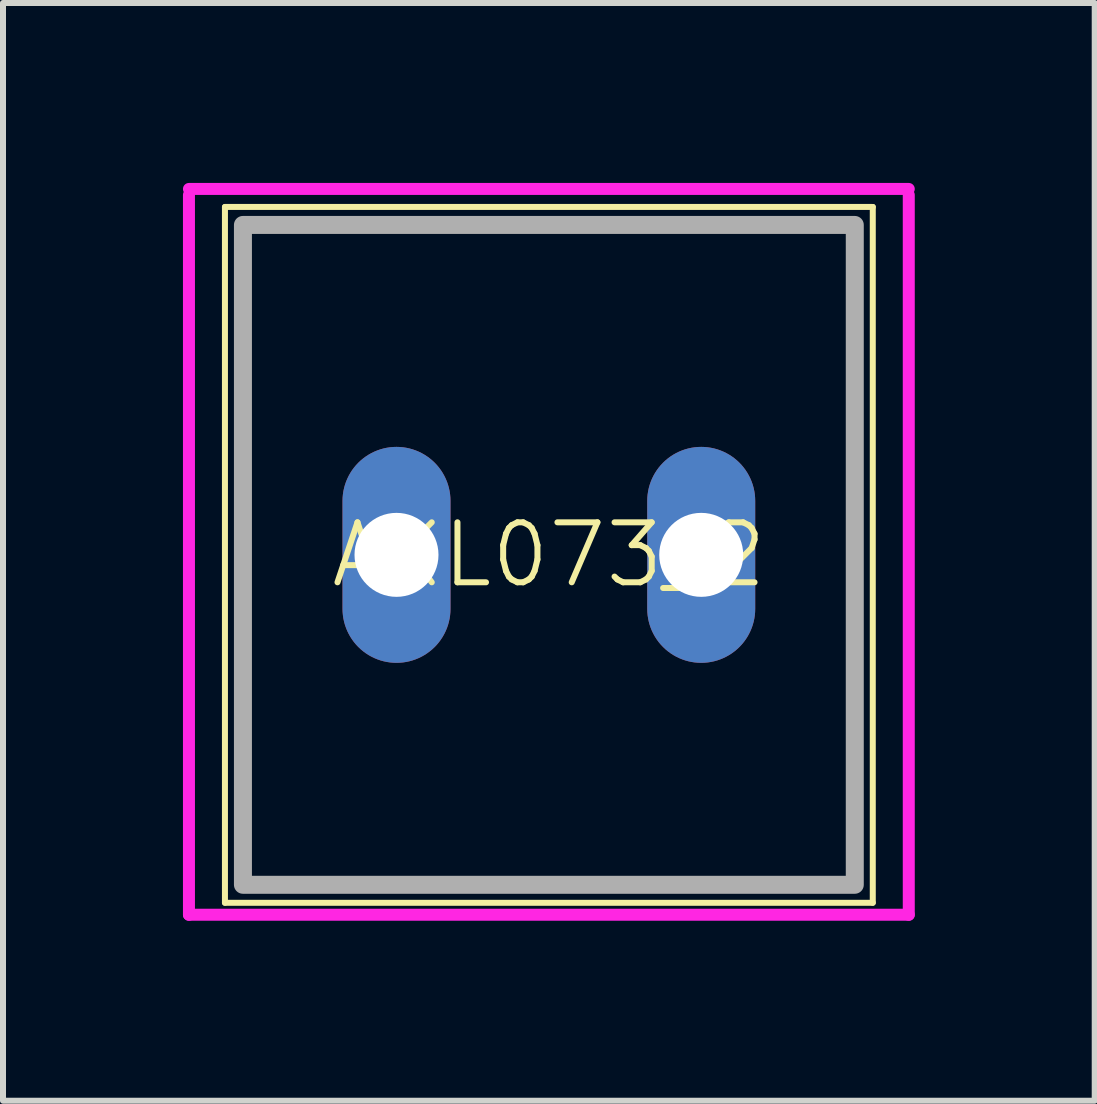
<source format=kicad_pcb>
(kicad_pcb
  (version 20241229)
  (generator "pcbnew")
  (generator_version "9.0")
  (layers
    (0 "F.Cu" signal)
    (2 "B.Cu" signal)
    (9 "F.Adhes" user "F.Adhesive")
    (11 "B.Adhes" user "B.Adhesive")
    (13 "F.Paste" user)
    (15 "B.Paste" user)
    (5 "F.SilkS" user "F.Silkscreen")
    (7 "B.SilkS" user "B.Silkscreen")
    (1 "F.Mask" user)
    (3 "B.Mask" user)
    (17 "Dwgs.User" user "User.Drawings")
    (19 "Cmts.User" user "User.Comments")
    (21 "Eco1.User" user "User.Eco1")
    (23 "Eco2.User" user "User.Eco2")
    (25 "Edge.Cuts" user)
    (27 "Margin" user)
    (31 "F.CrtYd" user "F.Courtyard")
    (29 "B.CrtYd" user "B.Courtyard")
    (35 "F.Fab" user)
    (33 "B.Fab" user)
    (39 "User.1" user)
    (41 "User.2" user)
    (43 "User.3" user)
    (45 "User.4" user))
  (footprint "AKL073_2"
    (layer "F.Cu")
    (at 6.1 6.2)
    (property "Reference" "AKL073_2" (at 0 0 0) (unlocked yes) (layer "F.SilkS") (effects (font (size 1 1) (thickness 0.1))))
    (attr through_hole)
    (fp_line (start -5.4 -5.8) (end 5.4 -5.8) (stroke (width 0.1) (type default)) (layer "F.SilkS"))
    (fp_line (start -5.4 5.8) (end -5.4 -5.8) (stroke (width 0.1) (type default)) (layer "F.SilkS"))
    (fp_line (start 5.4 -5.8) (end 5.4 5.8) (stroke (width 0.1) (type default)) (layer "F.SilkS"))
    (fp_line (start 5.4 5.8) (end -5.4 5.8) (stroke (width 0.1) (type default)) (layer "F.SilkS"))
    (fp_line (start -6 -6.1) (end 6 -6.1) (stroke (width 0.2) (type default)) (layer "F.CrtYd"))
    (fp_line (start -6 6) (end -6 -6) (stroke (width 0.2) (type default)) (layer "F.CrtYd"))
    (fp_line (start 6 -6) (end 6 6) (stroke (width 0.2) (type default)) (layer "F.CrtYd"))
    (fp_line (start 6 6) (end -6 6) (stroke (width 0.2) (type default)) (layer "F.CrtYd"))
    (fp_rect (start -5.1 -5.5) (end 5.1 5.5) (stroke (width 0.3) (type default)) (fill no) (layer "F.Fab"))
    (pad "1" thru_hole oval (at -2.54 0) (size 1.8 3.6) (drill 1.4) (layers "*.Cu" "*.Mask"))
    (pad "2" thru_hole oval (at 2.54 0) (size 1.8 3.6) (drill 1.4) (layers "*.Cu" "*.Mask")))
  (gr_rect
    (start -3 -3)
    (end 15.2 15.3)
    (stroke (width 0.1) (type default))
    (fill no)
    (layer "Edge.Cuts")))
</source>
